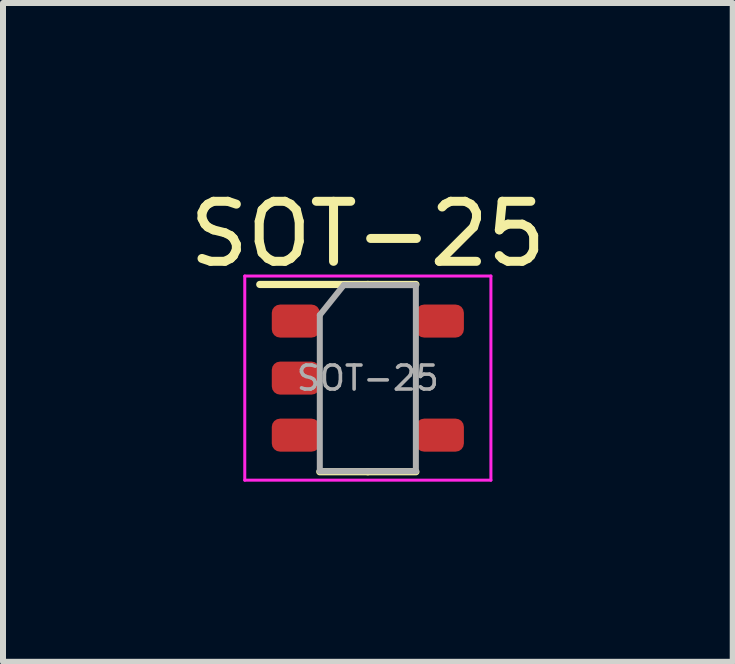
<source format=kicad_pcb>
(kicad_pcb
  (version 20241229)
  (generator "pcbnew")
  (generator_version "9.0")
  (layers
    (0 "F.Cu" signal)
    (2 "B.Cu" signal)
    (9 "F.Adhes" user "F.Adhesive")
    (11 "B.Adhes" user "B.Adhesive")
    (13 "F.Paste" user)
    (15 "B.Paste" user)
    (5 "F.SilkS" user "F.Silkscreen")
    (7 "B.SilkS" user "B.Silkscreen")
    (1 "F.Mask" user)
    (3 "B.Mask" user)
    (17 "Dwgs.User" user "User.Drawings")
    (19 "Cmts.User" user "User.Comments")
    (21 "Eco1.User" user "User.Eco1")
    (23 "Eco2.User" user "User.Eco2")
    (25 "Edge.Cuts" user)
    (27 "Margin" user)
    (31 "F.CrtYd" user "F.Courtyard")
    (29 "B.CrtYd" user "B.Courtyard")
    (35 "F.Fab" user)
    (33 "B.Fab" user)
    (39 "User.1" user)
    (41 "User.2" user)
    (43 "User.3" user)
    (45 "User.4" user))
  (footprint "SOT-25"
    (layer "F.Cu")
    (at 3.077 3.248)
    (property "Reference" "SOT-25" (at 0 -2.4 0) (layer "F.SilkS") (effects (font (size 1 1) (thickness 0.15))))
    (attr smd)
    (fp_line (start 0 -1.56) (end -1.8 -1.56) (stroke (width 0.12) (type solid)) (layer "F.SilkS"))
    (fp_line (start 0 -1.56) (end 0.8 -1.56) (stroke (width 0.12) (type solid)) (layer "F.SilkS"))
    (fp_line (start 0 1.56) (end -0.8 1.56) (stroke (width 0.12) (type solid)) (layer "F.SilkS"))
    (fp_line (start 0 1.56) (end 0.8 1.56) (stroke (width 0.12) (type solid)) (layer "F.SilkS"))
    (fp_line (start -2.05 -1.7) (end -2.05 1.7) (stroke (width 0.05) (type solid)) (layer "F.CrtYd"))
    (fp_line (start -2.05 1.7) (end 2.05 1.7) (stroke (width 0.05) (type solid)) (layer "F.CrtYd"))
    (fp_line (start 2.05 -1.7) (end -2.05 -1.7) (stroke (width 0.05) (type solid)) (layer "F.CrtYd"))
    (fp_line (start 2.05 1.7) (end 2.05 -1.7) (stroke (width 0.05) (type solid)) (layer "F.CrtYd"))
    (fp_line (start -0.8 -1.05) (end -0.4 -1.55) (stroke (width 0.1) (type solid)) (layer "F.Fab"))
    (fp_line (start -0.8 1.55) (end -0.8 -1.05) (stroke (width 0.1) (type solid)) (layer "F.Fab"))
    (fp_line (start -0.4 -1.55) (end 0.8 -1.55) (stroke (width 0.1) (type solid)) (layer "F.Fab"))
    (fp_line (start 0.8 -1.55) (end 0.8 1.55) (stroke (width 0.1) (type solid)) (layer "F.Fab"))
    (fp_line (start 0.8 1.55) (end -0.8 1.55) (stroke (width 0.1) (type solid)) (layer "F.Fab"))
    (fp_text user "${REFERENCE}" (at 0 0 0) (layer "F.Fab") (effects (font (size 0.4 0.4) (thickness 0.06))))
    (pad "1" smd roundrect (at -1.2 -0.95) (size 0.8 0.55) (layers "F.Cu" "F.Mask" "F.Paste") (roundrect_rratio 0.25))
    (pad "2" smd roundrect (at -1.2 0) (size 0.8 0.55) (layers "F.Cu" "F.Mask" "F.Paste") (roundrect_rratio 0.25))
    (pad "3" smd roundrect (at -1.2 0.95) (size 0.8 0.55) (layers "F.Cu" "F.Mask" "F.Paste") (roundrect_rratio 0.25))
    (pad "4" smd roundrect (at 1.2 0.95) (size 0.8 0.55) (layers "F.Cu" "F.Mask" "F.Paste") (roundrect_rratio 0.25))
    (pad "5" smd roundrect (at 1.2 -0.95) (size 0.8 0.55) (layers "F.Cu" "F.Mask" "F.Paste") (roundrect_rratio 0.25)))
  (gr_rect
    (start -3 -3)
    (end 9.155 7.973)
    (stroke (width 0.1) (type default))
    (fill no)
    (layer "Edge.Cuts")))
</source>
